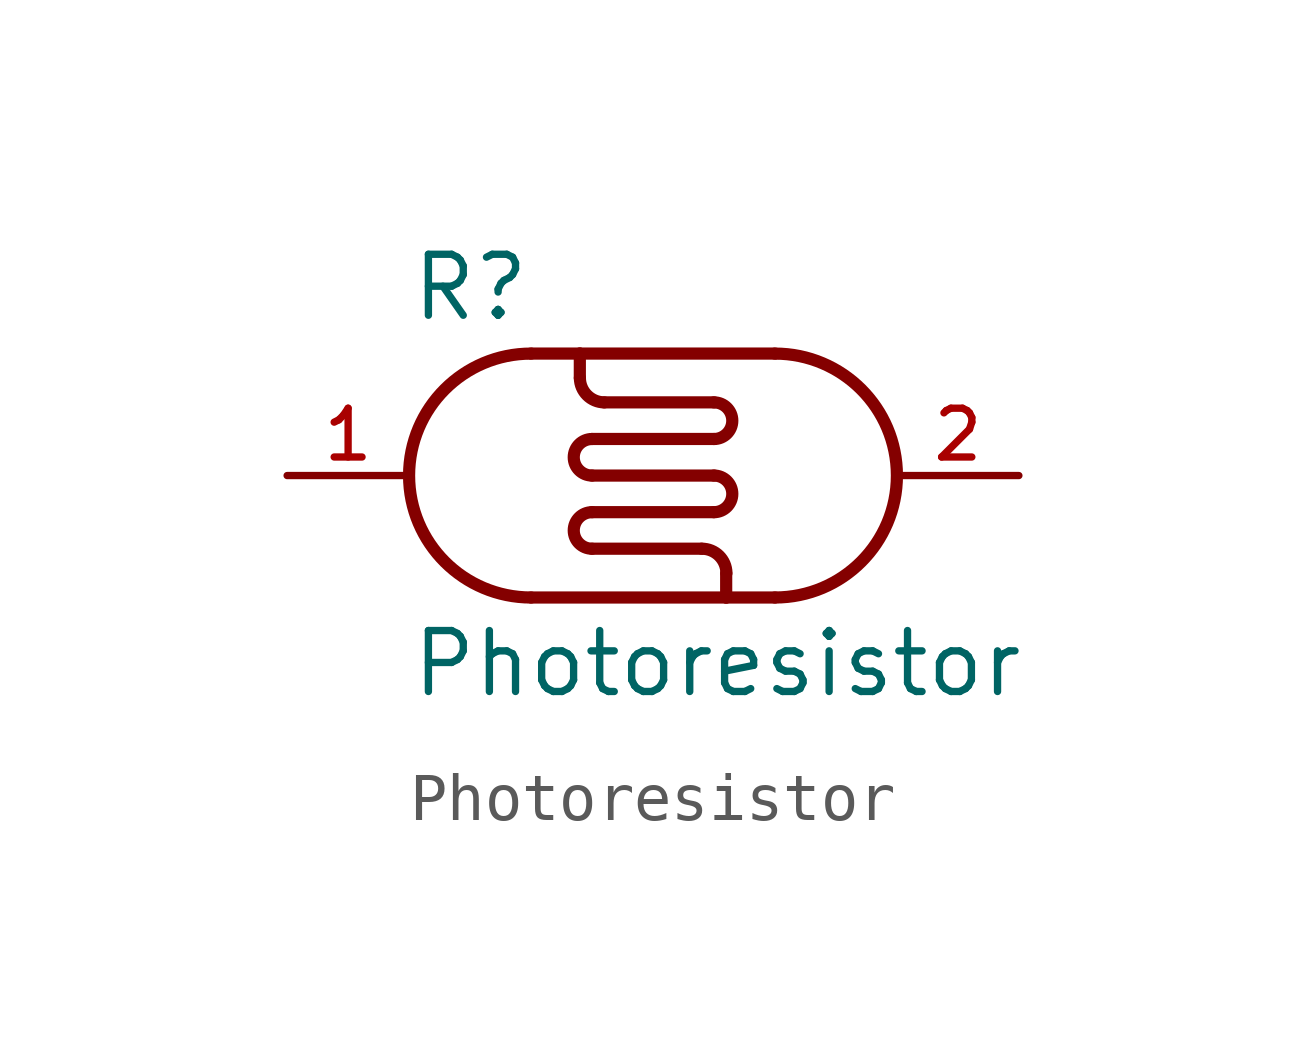
<source format=kicad_sym>
(kicad_symbol_lib
  (version 20220914)
  (generator kicad_symbol_editor)
  (symbol "Photoresistor"
    (pin_names
      (offset 1.016))
    (property "Reference" "R"
      (at -5.08 3.175 0)
      (effects (font (size 1.27 1.27)) (justify left bottom)))
    (property "Value" "Photoresistor"
      (at -5.08 -3.175 0)
      (effects (font (size 1.27 1.27)) (justify left top)))
    (symbol "Photoresistor_0_0"
      (arc (start -2.54 2.54) (mid -5.069 0) (end -2.54 -2.54) (stroke (width 0.254) (type default)) (fill (type none)))
      (arc (start -1.524 2.032) (mid -1.3752 1.6728) (end -1.016 1.524) (stroke (width 0.254) (type default)) (fill (type none)))
      (arc (start -1.27 -0.762) (mid -1.6494 -1.143) (end -1.27 -1.524) (stroke (width 0.254) (type default)) (fill (type none)))
      (arc (start -1.27 0.762) (mid -1.6494 0.381) (end -1.27 0) (stroke (width 0.254) (type default)) (fill (type none)))
      (polyline (pts (xy -1.524 2.54) (xy -2.54 2.54)) (stroke (width 0.254) (type default)) (fill (type none)))
      (polyline (pts (xy -1.524 2.54) (xy -1.524 2.032)) (stroke (width 0.254) (type default)) (fill (type none)))
      (polyline (pts (xy -1.27 -1.524) (xy 1.016 -1.524)) (stroke (width 0.254) (type default)) (fill (type none)))
      (polyline (pts (xy -1.27 -0.762) (xy 1.27 -0.762)) (stroke (width 0.254) (type default)) (fill (type none)))
      (polyline (pts (xy -1.27 0) (xy 1.27 0)) (stroke (width 0.254) (type default)) (fill (type none)))
      (polyline (pts (xy -1.27 0.762) (xy 1.27 0.762)) (stroke (width 0.254) (type default)) (fill (type none)))
      (polyline (pts (xy -1.016 1.524) (xy 1.27 1.524)) (stroke (width 0.254) (type default)) (fill (type none)))
      (polyline (pts (xy 1.524 -2.54) (xy -2.54 -2.54)) (stroke (width 0.254) (type default)) (fill (type none)))
      (polyline (pts (xy 1.524 -2.032) (xy 1.524 -2.54)) (stroke (width 0.254) (type default)) (fill (type none)))
      (polyline (pts (xy 2.54 -2.54) (xy 1.524 -2.54)) (stroke (width 0.254) (type default)) (fill (type none)))
      (polyline (pts (xy 2.54 2.54) (xy -1.524 2.54)) (stroke (width 0.254) (type default)) (fill (type none)))
      (arc (start 1.27 -0.762) (mid 1.6494 -0.381) (end 1.27 0) (stroke (width 0.254) (type default)) (fill (type none)))
      (arc (start 1.27 0.762) (mid 1.6494 1.143) (end 1.27 1.524) (stroke (width 0.254) (type default)) (fill (type none)))
      (arc (start 1.524 -2.032) (mid 1.3752 -1.6728) (end 1.016 -1.524) (stroke (width 0.254) (type default)) (fill (type none)))
      (arc (start 2.54 -2.54) (mid 5.069 0) (end 2.54 2.54) (stroke (width 0.254) (type default)) (fill (type none)))
      (pin passive line (at -7.62 0 0) (length 2.54) (name "~" (effects (font (size 1.016 1.016)))) (number "1" (effects (font (size 1.016 1.016)))))
      (pin passive line (at 7.62 0 180) (length 2.54) (name "~" (effects (font (size 1.016 1.016)))) (number "2" (effects (font (size 1.016 1.016))))))))
</source>
